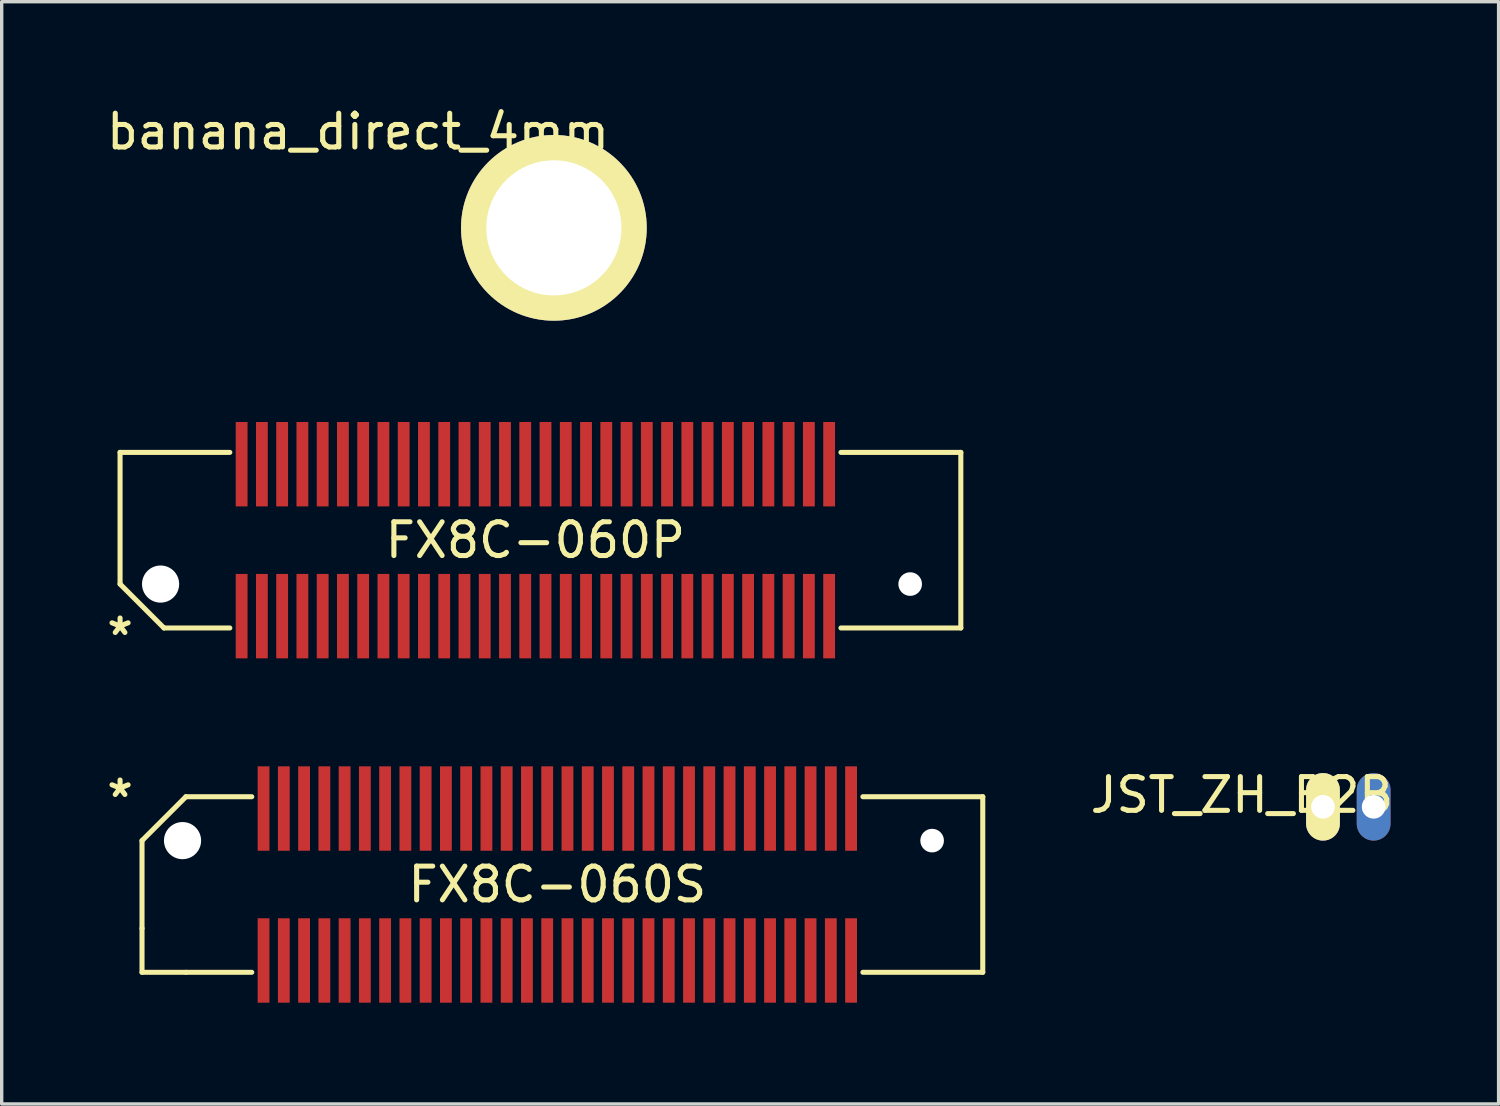
<source format=kicad_pcb>
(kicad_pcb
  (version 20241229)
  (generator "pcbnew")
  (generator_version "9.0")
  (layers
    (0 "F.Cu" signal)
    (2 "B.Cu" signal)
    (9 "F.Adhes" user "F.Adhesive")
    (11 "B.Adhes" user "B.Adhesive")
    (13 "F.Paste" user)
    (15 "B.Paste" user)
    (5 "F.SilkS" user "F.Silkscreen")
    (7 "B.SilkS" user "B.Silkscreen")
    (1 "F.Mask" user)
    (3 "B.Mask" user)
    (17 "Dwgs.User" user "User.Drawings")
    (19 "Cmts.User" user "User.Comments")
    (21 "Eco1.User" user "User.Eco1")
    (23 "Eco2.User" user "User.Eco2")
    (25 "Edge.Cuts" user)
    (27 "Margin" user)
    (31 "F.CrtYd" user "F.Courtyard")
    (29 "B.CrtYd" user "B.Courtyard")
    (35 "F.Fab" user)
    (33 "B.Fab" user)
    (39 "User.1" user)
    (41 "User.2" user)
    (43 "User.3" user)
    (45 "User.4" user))
  (footprint "banana_direct_4mm"
    (layer "F.Cu")
    (at 13.354 3.698)
    (property "Reference" "banana_direct_4mm" (at -5.8 -2.85 0) (layer "F.SilkS") (effects (font (size 1 1) (thickness 0.15))))
    (attr through_hole)
    (pad "1" thru_hole circle (at 0 0) (size 5.5 5.5) (drill 4) (layers "*.Cu" "*.Mask" "F.SilkS")))
  (footprint "FX8C-060P"
    (layer "F.Cu")
    (at 12.806 12.948)
    (property "Reference" "FX8C-060P" (at 0 0 0) (layer "F.SilkS") (effects (font (size 1 1) (thickness 0.15))))
    (attr through_hole)
    (fp_line (start -12.3 -2.6) (end -12.3 1.3) (stroke (width 0.15) (type solid)) (layer "F.SilkS"))
    (fp_line (start -12.3 -2.6) (end -9.05 -2.6) (stroke (width 0.15) (type solid)) (layer "F.SilkS"))
    (fp_line (start -12.3 1.3) (end -11 2.6) (stroke (width 0.15) (type solid)) (layer "F.SilkS"))
    (fp_line (start -11 2.6) (end -9.05 2.6) (stroke (width 0.15) (type solid)) (layer "F.SilkS"))
    (fp_line (start 9.05 -2.6) (end 12.6 -2.6) (stroke (width 0.15) (type solid)) (layer "F.SilkS"))
    (fp_line (start 12.6 -2.6) (end 12.6 2.6) (stroke (width 0.15) (type solid)) (layer "F.SilkS"))
    (fp_line (start 12.6 2.6) (end 9.05 2.6) (stroke (width 0.15) (type solid)) (layer "F.SilkS"))
    (fp_text user "*" (at -12.3 2.85 0) (layer "F.SilkS") (effects (font (size 1 1) (thickness 0.15))))
    (pad "" np_thru_hole circle (at -11.1 1.3) (size 1.1 1.1) (drill 1.1) (layers "*.Cu" "*.Mask"))
    (pad "" np_thru_hole circle (at 11.1 1.3) (size 0.7 0.7) (drill 0.7) (layers "*.Cu" "*.Mask"))
    (pad "1" smd rect (at -8.7 2.25) (size 0.35 2.5) (layers "F.Cu" "F.Mask" "F.Paste"))
    (pad "2" smd rect (at -8.1 2.25) (size 0.35 2.5) (layers "F.Cu" "F.Mask" "F.Paste"))
    (pad "3" smd rect (at -7.5 2.25) (size 0.35 2.5) (layers "F.Cu" "F.Mask" "F.Paste"))
    (pad "4" smd rect (at -6.9 2.25) (size 0.35 2.5) (layers "F.Cu" "F.Mask" "F.Paste"))
    (pad "5" smd rect (at -6.3 2.25) (size 0.35 2.5) (layers "F.Cu" "F.Mask" "F.Paste"))
    (pad "6" smd rect (at -5.7 2.25) (size 0.35 2.5) (layers "F.Cu" "F.Mask" "F.Paste"))
    (pad "7" smd rect (at -5.1 2.25) (size 0.35 2.5) (layers "F.Cu" "F.Mask" "F.Paste"))
    (pad "8" smd rect (at -4.5 2.25) (size 0.35 2.5) (layers "F.Cu" "F.Mask" "F.Paste"))
    (pad "9" smd rect (at -3.9 2.25) (size 0.35 2.5) (layers "F.Cu" "F.Mask" "F.Paste"))
    (pad "10" smd rect (at -3.3 2.25) (size 0.35 2.5) (layers "F.Cu" "F.Mask" "F.Paste"))
    (pad "11" smd rect (at -2.7 2.25) (size 0.35 2.5) (layers "F.Cu" "F.Mask" "F.Paste"))
    (pad "12" smd rect (at -2.1 2.25) (size 0.35 2.5) (layers "F.Cu" "F.Mask" "F.Paste"))
    (pad "13" smd rect (at -1.5 2.25) (size 0.35 2.5) (layers "F.Cu" "F.Mask" "F.Paste"))
    (pad "14" smd rect (at -0.9 2.25) (size 0.35 2.5) (layers "F.Cu" "F.Mask" "F.Paste"))
    (pad "15" smd rect (at -0.3 2.25) (size 0.35 2.5) (layers "F.Cu" "F.Mask" "F.Paste"))
    (pad "16" smd rect (at 0.3 2.25) (size 0.35 2.5) (layers "F.Cu" "F.Mask" "F.Paste"))
    (pad "17" smd rect (at 0.9 2.25) (size 0.35 2.5) (layers "F.Cu" "F.Mask" "F.Paste"))
    (pad "18" smd rect (at 1.5 2.25) (size 0.35 2.5) (layers "F.Cu" "F.Mask" "F.Paste"))
    (pad "19" smd rect (at 2.1 2.25) (size 0.35 2.5) (layers "F.Cu" "F.Mask" "F.Paste"))
    (pad "20" smd rect (at 2.7 2.25) (size 0.35 2.5) (layers "F.Cu" "F.Mask" "F.Paste"))
    (pad "21" smd rect (at 3.3 2.25) (size 0.35 2.5) (layers "F.Cu" "F.Mask" "F.Paste"))
    (pad "22" smd rect (at 3.9 2.25) (size 0.35 2.5) (layers "F.Cu" "F.Mask" "F.Paste"))
    (pad "23" smd rect (at 4.5 2.25) (size 0.35 2.5) (layers "F.Cu" "F.Mask" "F.Paste"))
    (pad "24" smd rect (at 5.1 2.25) (size 0.35 2.5) (layers "F.Cu" "F.Mask" "F.Paste"))
    (pad "25" smd rect (at 5.7 2.25) (size 0.35 2.5) (layers "F.Cu" "F.Mask" "F.Paste"))
    (pad "26" smd rect (at 6.3 2.25) (size 0.35 2.5) (layers "F.Cu" "F.Mask" "F.Paste"))
    (pad "27" smd rect (at 6.9 2.25) (size 0.35 2.5) (layers "F.Cu" "F.Mask" "F.Paste"))
    (pad "28" smd rect (at 7.5 2.25) (size 0.35 2.5) (layers "F.Cu" "F.Mask" "F.Paste"))
    (pad "29" smd rect (at 8.1 2.25) (size 0.35 2.5) (layers "F.Cu" "F.Mask" "F.Paste"))
    (pad "30" smd rect (at 8.7 2.25) (size 0.35 2.5) (layers "F.Cu" "F.Mask" "F.Paste"))
    (pad "31" smd rect (at 8.7 -2.25) (size 0.35 2.5) (layers "F.Cu" "F.Mask" "F.Paste"))
    (pad "32" smd rect (at 8.1 -2.25) (size 0.35 2.5) (layers "F.Cu" "F.Mask" "F.Paste"))
    (pad "33" smd rect (at 7.5 -2.25) (size 0.35 2.5) (layers "F.Cu" "F.Mask" "F.Paste"))
    (pad "34" smd rect (at 6.9 -2.25) (size 0.35 2.5) (layers "F.Cu" "F.Mask" "F.Paste"))
    (pad "35" smd rect (at 6.3 -2.25) (size 0.35 2.5) (layers "F.Cu" "F.Mask" "F.Paste"))
    (pad "36" smd rect (at 5.7 -2.25) (size 0.35 2.5) (layers "F.Cu" "F.Mask" "F.Paste"))
    (pad "37" smd rect (at 5.1 -2.25) (size 0.35 2.5) (layers "F.Cu" "F.Mask" "F.Paste"))
    (pad "38" smd rect (at 4.5 -2.25) (size 0.35 2.5) (layers "F.Cu" "F.Mask" "F.Paste"))
    (pad "39" smd rect (at 3.9 -2.25) (size 0.35 2.5) (layers "F.Cu" "F.Mask" "F.Paste"))
    (pad "40" smd rect (at 3.3 -2.25) (size 0.35 2.5) (layers "F.Cu" "F.Mask" "F.Paste"))
    (pad "41" smd rect (at 2.7 -2.25) (size 0.35 2.5) (layers "F.Cu" "F.Mask" "F.Paste"))
    (pad "42" smd rect (at 2.1 -2.25) (size 0.35 2.5) (layers "F.Cu" "F.Mask" "F.Paste"))
    (pad "43" smd rect (at 1.5 -2.25) (size 0.35 2.5) (layers "F.Cu" "F.Mask" "F.Paste"))
    (pad "44" smd rect (at 0.9 -2.25) (size 0.35 2.5) (layers "F.Cu" "F.Mask" "F.Paste"))
    (pad "45" smd rect (at 0.3 -2.25) (size 0.35 2.5) (layers "F.Cu" "F.Mask" "F.Paste"))
    (pad "46" smd rect (at -0.3 -2.25) (size 0.35 2.5) (layers "F.Cu" "F.Mask" "F.Paste"))
    (pad "47" smd rect (at -0.9 -2.25) (size 0.35 2.5) (layers "F.Cu" "F.Mask" "F.Paste"))
    (pad "48" smd rect (at -1.5 -2.25) (size 0.35 2.5) (layers "F.Cu" "F.Mask" "F.Paste"))
    (pad "49" smd rect (at -2.1 -2.25) (size 0.35 2.5) (layers "F.Cu" "F.Mask" "F.Paste"))
    (pad "50" smd rect (at -2.7 -2.25) (size 0.35 2.5) (layers "F.Cu" "F.Mask" "F.Paste"))
    (pad "51" smd rect (at -3.3 -2.25) (size 0.35 2.5) (layers "F.Cu" "F.Mask" "F.Paste"))
    (pad "52" smd rect (at -3.9 -2.25) (size 0.35 2.5) (layers "F.Cu" "F.Mask" "F.Paste"))
    (pad "53" smd rect (at -4.5 -2.25) (size 0.35 2.5) (layers "F.Cu" "F.Mask" "F.Paste"))
    (pad "54" smd rect (at -5.1 -2.25) (size 0.35 2.5) (layers "F.Cu" "F.Mask" "F.Paste"))
    (pad "55" smd rect (at -5.7 -2.25) (size 0.35 2.5) (layers "F.Cu" "F.Mask" "F.Paste"))
    (pad "56" smd rect (at -6.3 -2.25) (size 0.35 2.5) (layers "F.Cu" "F.Mask" "F.Paste"))
    (pad "57" smd rect (at -6.9 -2.25) (size 0.35 2.5) (layers "F.Cu" "F.Mask" "F.Paste"))
    (pad "58" smd rect (at -7.5 -2.25) (size 0.35 2.5) (layers "F.Cu" "F.Mask" "F.Paste"))
    (pad "59" smd rect (at -8.1 -2.25) (size 0.35 2.5) (layers "F.Cu" "F.Mask" "F.Paste"))
    (pad "60" smd rect (at -8.7 -2.25) (size 0.35 2.5) (layers "F.Cu" "F.Mask" "F.Paste")))
  (footprint "JST_ZH_B2B"
    (layer "F.Cu")
    (at 36.882 20.845)
    (property "Reference" "JST_ZH_B2B" (at -3.15 -0.35 0) (layer "F.SilkS") (effects (font (size 1 1) (thickness 0.15))))
    (attr through_hole)
    (pad "1" thru_hole oval (at -0.75 0) (size 1 2) (drill 0.7) (layers "*.Cu" "*.Mask" "F.SilkS"))
    (pad "2" thru_hole oval (at 0.75 0) (size 1 2) (drill 0.7) (layers "*.Cu" "*.Mask")))
  (footprint "FX8C-060S"
    (layer "F.Cu")
    (at 13.456 23.146)
    (property "Reference" "FX8C-060S" (at 0 0 0) (layer "F.SilkS") (effects (font (size 1 1) (thickness 0.15))))
    (attr through_hole)
    (fp_line (start -12.3 -1.3) (end -11 -2.6) (stroke (width 0.15) (type solid)) (layer "F.SilkS"))
    (fp_line (start -12.3 1.3) (end -12.3 -1.3) (stroke (width 0.15) (type solid)) (layer "F.SilkS"))
    (fp_line (start -12.3 2.6) (end -12.3 1.3) (stroke (width 0.15) (type solid)) (layer "F.SilkS"))
    (fp_line (start -11 -2.6) (end -9.05 -2.6) (stroke (width 0.15) (type solid)) (layer "F.SilkS"))
    (fp_line (start -11 2.6) (end -12.3 2.6) (stroke (width 0.15) (type solid)) (layer "F.SilkS"))
    (fp_line (start -11 2.6) (end -9.05 2.6) (stroke (width 0.15) (type solid)) (layer "F.SilkS"))
    (fp_line (start 9.05 -2.6) (end 12.6 -2.6) (stroke (width 0.15) (type solid)) (layer "F.SilkS"))
    (fp_line (start 12.6 -2.6) (end 12.6 2.6) (stroke (width 0.15) (type solid)) (layer "F.SilkS"))
    (fp_line (start 12.6 2.6) (end 9.05 2.6) (stroke (width 0.15) (type solid)) (layer "F.SilkS"))
    (fp_text user "*" (at -12.95 -2.55 0) (layer "F.SilkS") (effects (font (size 1 1) (thickness 0.15))))
    (pad "" np_thru_hole circle (at -11.1 -1.3) (size 1.1 1.1) (drill 1.1) (layers "*.Cu" "*.Mask"))
    (pad "" np_thru_hole circle (at 11.1 -1.3) (size 0.7 0.7) (drill 0.7) (layers "*.Cu" "*.Mask"))
    (pad "1" smd rect (at -8.7 -2.25) (size 0.35 2.5) (layers "F.Cu" "F.Mask" "F.Paste"))
    (pad "2" smd rect (at -8.1 -2.25) (size 0.35 2.5) (layers "F.Cu" "F.Mask" "F.Paste"))
    (pad "3" smd rect (at -7.5 -2.25) (size 0.35 2.5) (layers "F.Cu" "F.Mask" "F.Paste"))
    (pad "4" smd rect (at -6.9 -2.25) (size 0.35 2.5) (layers "F.Cu" "F.Mask" "F.Paste"))
    (pad "5" smd rect (at -6.3 -2.25) (size 0.35 2.5) (layers "F.Cu" "F.Mask" "F.Paste"))
    (pad "6" smd rect (at -5.7 -2.25) (size 0.35 2.5) (layers "F.Cu" "F.Mask" "F.Paste"))
    (pad "7" smd rect (at -5.1 -2.25) (size 0.35 2.5) (layers "F.Cu" "F.Mask" "F.Paste"))
    (pad "8" smd rect (at -4.5 -2.25) (size 0.35 2.5) (layers "F.Cu" "F.Mask" "F.Paste"))
    (pad "9" smd rect (at -3.9 -2.25) (size 0.35 2.5) (layers "F.Cu" "F.Mask" "F.Paste"))
    (pad "10" smd rect (at -3.3 -2.25) (size 0.35 2.5) (layers "F.Cu" "F.Mask" "F.Paste"))
    (pad "11" smd rect (at -2.7 -2.25) (size 0.35 2.5) (layers "F.Cu" "F.Mask" "F.Paste"))
    (pad "12" smd rect (at -2.1 -2.25) (size 0.35 2.5) (layers "F.Cu" "F.Mask" "F.Paste"))
    (pad "13" smd rect (at -1.5 -2.25) (size 0.35 2.5) (layers "F.Cu" "F.Mask" "F.Paste"))
    (pad "14" smd rect (at -0.9 -2.25) (size 0.35 2.5) (layers "F.Cu" "F.Mask" "F.Paste"))
    (pad "15" smd rect (at -0.3 -2.25) (size 0.35 2.5) (layers "F.Cu" "F.Mask" "F.Paste"))
    (pad "16" smd rect (at 0.3 -2.25) (size 0.35 2.5) (layers "F.Cu" "F.Mask" "F.Paste"))
    (pad "17" smd rect (at 0.9 -2.25) (size 0.35 2.5) (layers "F.Cu" "F.Mask" "F.Paste"))
    (pad "18" smd rect (at 1.5 -2.25) (size 0.35 2.5) (layers "F.Cu" "F.Mask" "F.Paste"))
    (pad "19" smd rect (at 2.1 -2.25) (size 0.35 2.5) (layers "F.Cu" "F.Mask" "F.Paste"))
    (pad "20" smd rect (at 2.7 -2.25) (size 0.35 2.5) (layers "F.Cu" "F.Mask" "F.Paste"))
    (pad "21" smd rect (at 3.3 -2.25) (size 0.35 2.5) (layers "F.Cu" "F.Mask" "F.Paste"))
    (pad "22" smd rect (at 3.9 -2.25) (size 0.35 2.5) (layers "F.Cu" "F.Mask" "F.Paste"))
    (pad "23" smd rect (at 4.5 -2.25) (size 0.35 2.5) (layers "F.Cu" "F.Mask" "F.Paste"))
    (pad "24" smd rect (at 5.1 -2.25) (size 0.35 2.5) (layers "F.Cu" "F.Mask" "F.Paste"))
    (pad "25" smd rect (at 5.7 -2.25) (size 0.35 2.5) (layers "F.Cu" "F.Mask" "F.Paste"))
    (pad "26" smd rect (at 6.3 -2.25) (size 0.35 2.5) (layers "F.Cu" "F.Mask" "F.Paste"))
    (pad "27" smd rect (at 6.9 -2.25) (size 0.35 2.5) (layers "F.Cu" "F.Mask" "F.Paste"))
    (pad "28" smd rect (at 7.5 -2.25) (size 0.35 2.5) (layers "F.Cu" "F.Mask" "F.Paste"))
    (pad "29" smd rect (at 8.1 -2.25) (size 0.35 2.5) (layers "F.Cu" "F.Mask" "F.Paste"))
    (pad "30" smd rect (at 8.7 -2.25) (size 0.35 2.5) (layers "F.Cu" "F.Mask" "F.Paste"))
    (pad "31" smd rect (at 8.7 2.25) (size 0.35 2.5) (layers "F.Cu" "F.Mask" "F.Paste"))
    (pad "32" smd rect (at 8.1 2.25) (size 0.35 2.5) (layers "F.Cu" "F.Mask" "F.Paste"))
    (pad "33" smd rect (at 7.5 2.25) (size 0.35 2.5) (layers "F.Cu" "F.Mask" "F.Paste"))
    (pad "34" smd rect (at 6.9 2.25) (size 0.35 2.5) (layers "F.Cu" "F.Mask" "F.Paste"))
    (pad "35" smd rect (at 6.3 2.25) (size 0.35 2.5) (layers "F.Cu" "F.Mask" "F.Paste"))
    (pad "36" smd rect (at 5.7 2.25) (size 0.35 2.5) (layers "F.Cu" "F.Mask" "F.Paste"))
    (pad "37" smd rect (at 5.1 2.25) (size 0.35 2.5) (layers "F.Cu" "F.Mask" "F.Paste"))
    (pad "38" smd rect (at 4.5 2.25) (size 0.35 2.5) (layers "F.Cu" "F.Mask" "F.Paste"))
    (pad "39" smd rect (at 3.9 2.25) (size 0.35 2.5) (layers "F.Cu" "F.Mask" "F.Paste"))
    (pad "40" smd rect (at 3.3 2.25) (size 0.35 2.5) (layers "F.Cu" "F.Mask" "F.Paste"))
    (pad "41" smd rect (at 2.7 2.25) (size 0.35 2.5) (layers "F.Cu" "F.Mask" "F.Paste"))
    (pad "42" smd rect (at 2.1 2.25) (size 0.35 2.5) (layers "F.Cu" "F.Mask" "F.Paste"))
    (pad "43" smd rect (at 1.5 2.25) (size 0.35 2.5) (layers "F.Cu" "F.Mask" "F.Paste"))
    (pad "44" smd rect (at 0.9 2.25) (size 0.35 2.5) (layers "F.Cu" "F.Mask" "F.Paste"))
    (pad "45" smd rect (at 0.3 2.25) (size 0.35 2.5) (layers "F.Cu" "F.Mask" "F.Paste"))
    (pad "46" smd rect (at -0.3 2.25) (size 0.35 2.5) (layers "F.Cu" "F.Mask" "F.Paste"))
    (pad "47" smd rect (at -0.9 2.25) (size 0.35 2.5) (layers "F.Cu" "F.Mask" "F.Paste"))
    (pad "48" smd rect (at -1.5 2.25) (size 0.35 2.5) (layers "F.Cu" "F.Mask" "F.Paste"))
    (pad "49" smd rect (at -2.1 2.25) (size 0.35 2.5) (layers "F.Cu" "F.Mask" "F.Paste"))
    (pad "50" smd rect (at -2.7 2.25) (size 0.35 2.5) (layers "F.Cu" "F.Mask" "F.Paste"))
    (pad "51" smd rect (at -3.3 2.25) (size 0.35 2.5) (layers "F.Cu" "F.Mask" "F.Paste"))
    (pad "52" smd rect (at -3.9 2.25) (size 0.35 2.5) (layers "F.Cu" "F.Mask" "F.Paste"))
    (pad "53" smd rect (at -4.5 2.25) (size 0.35 2.5) (layers "F.Cu" "F.Mask" "F.Paste"))
    (pad "54" smd rect (at -5.1 2.25) (size 0.35 2.5) (layers "F.Cu" "F.Mask" "F.Paste"))
    (pad "55" smd rect (at -5.7 2.25) (size 0.35 2.5) (layers "F.Cu" "F.Mask" "F.Paste"))
    (pad "56" smd rect (at -6.3 2.25) (size 0.35 2.5) (layers "F.Cu" "F.Mask" "F.Paste"))
    (pad "57" smd rect (at -6.9 2.25) (size 0.35 2.5) (layers "F.Cu" "F.Mask" "F.Paste"))
    (pad "58" smd rect (at -7.5 2.25) (size 0.35 2.5) (layers "F.Cu" "F.Mask" "F.Paste"))
    (pad "59" smd rect (at -8.1 2.25) (size 0.35 2.5) (layers "F.Cu" "F.Mask" "F.Paste"))
    (pad "60" smd rect (at -8.7 2.25) (size 0.35 2.5) (layers "F.Cu" "F.Mask" "F.Paste")))
  (gr_rect
    (start -3 -3)
    (end 41.333 29.646)
    (stroke (width 0.1) (type default))
    (fill no)
    (layer "Edge.Cuts")))
</source>
